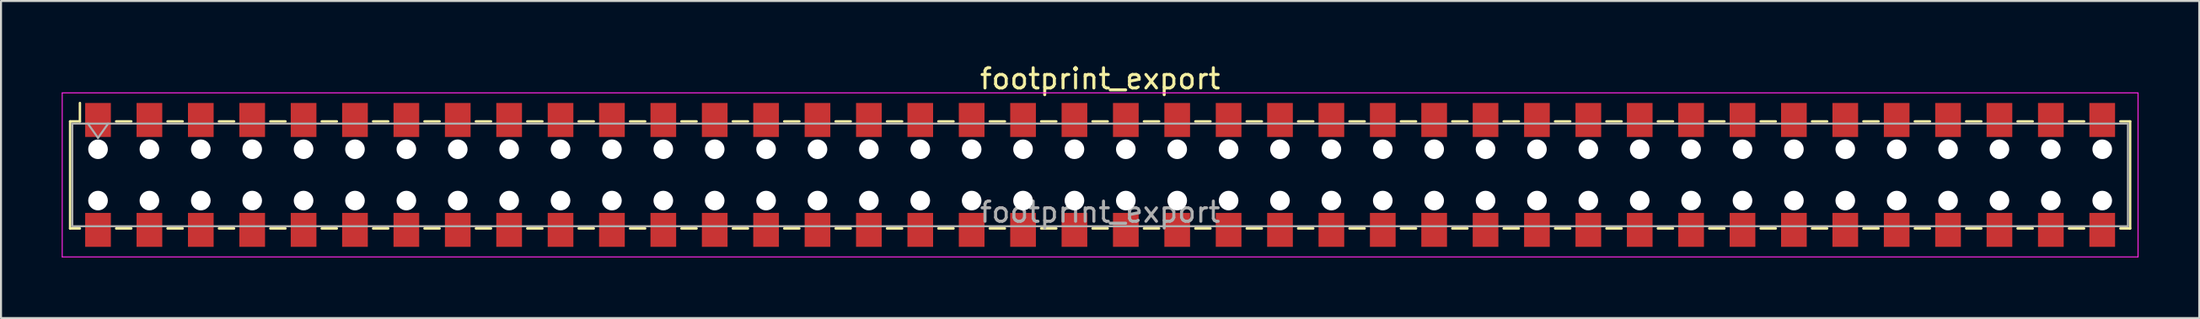
<source format=kicad_pcb>
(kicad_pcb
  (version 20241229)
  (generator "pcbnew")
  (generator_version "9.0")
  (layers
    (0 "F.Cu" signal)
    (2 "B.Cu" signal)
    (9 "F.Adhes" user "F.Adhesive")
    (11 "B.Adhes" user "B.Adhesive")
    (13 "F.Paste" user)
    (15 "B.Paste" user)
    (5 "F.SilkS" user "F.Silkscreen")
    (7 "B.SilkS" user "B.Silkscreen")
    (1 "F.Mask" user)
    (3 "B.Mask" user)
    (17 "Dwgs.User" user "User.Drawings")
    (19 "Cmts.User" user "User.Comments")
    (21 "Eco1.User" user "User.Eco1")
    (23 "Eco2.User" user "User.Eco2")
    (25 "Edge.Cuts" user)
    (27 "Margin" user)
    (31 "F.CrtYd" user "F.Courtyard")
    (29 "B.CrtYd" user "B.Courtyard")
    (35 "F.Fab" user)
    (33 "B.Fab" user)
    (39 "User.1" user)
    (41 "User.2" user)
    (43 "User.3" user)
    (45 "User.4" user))
  (footprint "footprint_export"
    (layer "F.Cu")
    (at 51.325 5.608)
    (property "Reference" "footprint_export" (at 0 -4.76 0) (layer "F.SilkS") (effects (font (size 1 1) (thickness 0.15))))
    (attr smd)
    (fp_line (start -50.91 -2.65) (end -50.91 2.65) (stroke (width 0.12) (type solid)) (layer "F.SilkS"))
    (fp_line (start -50.91 2.65) (end -50.425 2.65) (stroke (width 0.12) (type solid)) (layer "F.SilkS"))
    (fp_line (start -50.425 -3.56) (end -50.425 -2.65) (stroke (width 0.12) (type solid)) (layer "F.SilkS"))
    (fp_line (start -50.425 -2.65) (end -50.91 -2.65) (stroke (width 0.12) (type solid)) (layer "F.SilkS"))
    (fp_line (start -48.635 -2.65) (end -47.885 -2.65) (stroke (width 0.12) (type solid)) (layer "F.SilkS"))
    (fp_line (start -48.635 2.65) (end -47.885 2.65) (stroke (width 0.12) (type solid)) (layer "F.SilkS"))
    (fp_line (start -46.095 -2.65) (end -45.345 -2.65) (stroke (width 0.12) (type solid)) (layer "F.SilkS"))
    (fp_line (start -46.095 2.65) (end -45.345 2.65) (stroke (width 0.12) (type solid)) (layer "F.SilkS"))
    (fp_line (start -43.555 -2.65) (end -42.805 -2.65) (stroke (width 0.12) (type solid)) (layer "F.SilkS"))
    (fp_line (start -43.555 2.65) (end -42.805 2.65) (stroke (width 0.12) (type solid)) (layer "F.SilkS"))
    (fp_line (start -41.015 -2.65) (end -40.265 -2.65) (stroke (width 0.12) (type solid)) (layer "F.SilkS"))
    (fp_line (start -41.015 2.65) (end -40.265 2.65) (stroke (width 0.12) (type solid)) (layer "F.SilkS"))
    (fp_line (start -38.475 -2.65) (end -37.725 -2.65) (stroke (width 0.12) (type solid)) (layer "F.SilkS"))
    (fp_line (start -38.475 2.65) (end -37.725 2.65) (stroke (width 0.12) (type solid)) (layer "F.SilkS"))
    (fp_line (start -35.935 -2.65) (end -35.185 -2.65) (stroke (width 0.12) (type solid)) (layer "F.SilkS"))
    (fp_line (start -35.935 2.65) (end -35.185 2.65) (stroke (width 0.12) (type solid)) (layer "F.SilkS"))
    (fp_line (start -33.395 -2.65) (end -32.645 -2.65) (stroke (width 0.12) (type solid)) (layer "F.SilkS"))
    (fp_line (start -33.395 2.65) (end -32.645 2.65) (stroke (width 0.12) (type solid)) (layer "F.SilkS"))
    (fp_line (start -30.855 -2.65) (end -30.105 -2.65) (stroke (width 0.12) (type solid)) (layer "F.SilkS"))
    (fp_line (start -30.855 2.65) (end -30.105 2.65) (stroke (width 0.12) (type solid)) (layer "F.SilkS"))
    (fp_line (start -28.315 -2.65) (end -27.565 -2.65) (stroke (width 0.12) (type solid)) (layer "F.SilkS"))
    (fp_line (start -28.315 2.65) (end -27.565 2.65) (stroke (width 0.12) (type solid)) (layer "F.SilkS"))
    (fp_line (start -25.775 -2.65) (end -25.025 -2.65) (stroke (width 0.12) (type solid)) (layer "F.SilkS"))
    (fp_line (start -25.775 2.65) (end -25.025 2.65) (stroke (width 0.12) (type solid)) (layer "F.SilkS"))
    (fp_line (start -23.235 -2.65) (end -22.485 -2.65) (stroke (width 0.12) (type solid)) (layer "F.SilkS"))
    (fp_line (start -23.235 2.65) (end -22.485 2.65) (stroke (width 0.12) (type solid)) (layer "F.SilkS"))
    (fp_line (start -20.695 -2.65) (end -19.945 -2.65) (stroke (width 0.12) (type solid)) (layer "F.SilkS"))
    (fp_line (start -20.695 2.65) (end -19.945 2.65) (stroke (width 0.12) (type solid)) (layer "F.SilkS"))
    (fp_line (start -18.155 -2.65) (end -17.405 -2.65) (stroke (width 0.12) (type solid)) (layer "F.SilkS"))
    (fp_line (start -18.155 2.65) (end -17.405 2.65) (stroke (width 0.12) (type solid)) (layer "F.SilkS"))
    (fp_line (start -15.615 -2.65) (end -14.865 -2.65) (stroke (width 0.12) (type solid)) (layer "F.SilkS"))
    (fp_line (start -15.615 2.65) (end -14.865 2.65) (stroke (width 0.12) (type solid)) (layer "F.SilkS"))
    (fp_line (start -13.075 -2.65) (end -12.325 -2.65) (stroke (width 0.12) (type solid)) (layer "F.SilkS"))
    (fp_line (start -13.075 2.65) (end -12.325 2.65) (stroke (width 0.12) (type solid)) (layer "F.SilkS"))
    (fp_line (start -10.535 -2.65) (end -9.785 -2.65) (stroke (width 0.12) (type solid)) (layer "F.SilkS"))
    (fp_line (start -10.535 2.65) (end -9.785 2.65) (stroke (width 0.12) (type solid)) (layer "F.SilkS"))
    (fp_line (start -7.995 -2.65) (end -7.245 -2.65) (stroke (width 0.12) (type solid)) (layer "F.SilkS"))
    (fp_line (start -7.995 2.65) (end -7.245 2.65) (stroke (width 0.12) (type solid)) (layer "F.SilkS"))
    (fp_line (start -5.455 -2.65) (end -4.705 -2.65) (stroke (width 0.12) (type solid)) (layer "F.SilkS"))
    (fp_line (start -5.455 2.65) (end -4.705 2.65) (stroke (width 0.12) (type solid)) (layer "F.SilkS"))
    (fp_line (start -2.915 -2.65) (end -2.165 -2.65) (stroke (width 0.12) (type solid)) (layer "F.SilkS"))
    (fp_line (start -2.915 2.65) (end -2.165 2.65) (stroke (width 0.12) (type solid)) (layer "F.SilkS"))
    (fp_line (start -0.375 -2.65) (end 0.375 -2.65) (stroke (width 0.12) (type solid)) (layer "F.SilkS"))
    (fp_line (start -0.375 2.65) (end 0.375 2.65) (stroke (width 0.12) (type solid)) (layer "F.SilkS"))
    (fp_line (start 2.165 -2.65) (end 2.915 -2.65) (stroke (width 0.12) (type solid)) (layer "F.SilkS"))
    (fp_line (start 2.165 2.65) (end 2.915 2.65) (stroke (width 0.12) (type solid)) (layer "F.SilkS"))
    (fp_line (start 4.705 -2.65) (end 5.455 -2.65) (stroke (width 0.12) (type solid)) (layer "F.SilkS"))
    (fp_line (start 4.705 2.65) (end 5.455 2.65) (stroke (width 0.12) (type solid)) (layer "F.SilkS"))
    (fp_line (start 7.245 -2.65) (end 7.995 -2.65) (stroke (width 0.12) (type solid)) (layer "F.SilkS"))
    (fp_line (start 7.245 2.65) (end 7.995 2.65) (stroke (width 0.12) (type solid)) (layer "F.SilkS"))
    (fp_line (start 9.785 -2.65) (end 10.535 -2.65) (stroke (width 0.12) (type solid)) (layer "F.SilkS"))
    (fp_line (start 9.785 2.65) (end 10.535 2.65) (stroke (width 0.12) (type solid)) (layer "F.SilkS"))
    (fp_line (start 12.325 -2.65) (end 13.075 -2.65) (stroke (width 0.12) (type solid)) (layer "F.SilkS"))
    (fp_line (start 12.325 2.65) (end 13.075 2.65) (stroke (width 0.12) (type solid)) (layer "F.SilkS"))
    (fp_line (start 14.865 -2.65) (end 15.615 -2.65) (stroke (width 0.12) (type solid)) (layer "F.SilkS"))
    (fp_line (start 14.865 2.65) (end 15.615 2.65) (stroke (width 0.12) (type solid)) (layer "F.SilkS"))
    (fp_line (start 17.405 -2.65) (end 18.155 -2.65) (stroke (width 0.12) (type solid)) (layer "F.SilkS"))
    (fp_line (start 17.405 2.65) (end 18.155 2.65) (stroke (width 0.12) (type solid)) (layer "F.SilkS"))
    (fp_line (start 19.945 -2.65) (end 20.695 -2.65) (stroke (width 0.12) (type solid)) (layer "F.SilkS"))
    (fp_line (start 19.945 2.65) (end 20.695 2.65) (stroke (width 0.12) (type solid)) (layer "F.SilkS"))
    (fp_line (start 22.485 -2.65) (end 23.235 -2.65) (stroke (width 0.12) (type solid)) (layer "F.SilkS"))
    (fp_line (start 22.485 2.65) (end 23.235 2.65) (stroke (width 0.12) (type solid)) (layer "F.SilkS"))
    (fp_line (start 25.025 -2.65) (end 25.775 -2.65) (stroke (width 0.12) (type solid)) (layer "F.SilkS"))
    (fp_line (start 25.025 2.65) (end 25.775 2.65) (stroke (width 0.12) (type solid)) (layer "F.SilkS"))
    (fp_line (start 27.565 -2.65) (end 28.315 -2.65) (stroke (width 0.12) (type solid)) (layer "F.SilkS"))
    (fp_line (start 27.565 2.65) (end 28.315 2.65) (stroke (width 0.12) (type solid)) (layer "F.SilkS"))
    (fp_line (start 30.105 -2.65) (end 30.855 -2.65) (stroke (width 0.12) (type solid)) (layer "F.SilkS"))
    (fp_line (start 30.105 2.65) (end 30.855 2.65) (stroke (width 0.12) (type solid)) (layer "F.SilkS"))
    (fp_line (start 32.645 -2.65) (end 33.395 -2.65) (stroke (width 0.12) (type solid)) (layer "F.SilkS"))
    (fp_line (start 32.645 2.65) (end 33.395 2.65) (stroke (width 0.12) (type solid)) (layer "F.SilkS"))
    (fp_line (start 35.185 -2.65) (end 35.935 -2.65) (stroke (width 0.12) (type solid)) (layer "F.SilkS"))
    (fp_line (start 35.185 2.65) (end 35.935 2.65) (stroke (width 0.12) (type solid)) (layer "F.SilkS"))
    (fp_line (start 37.725 -2.65) (end 38.475 -2.65) (stroke (width 0.12) (type solid)) (layer "F.SilkS"))
    (fp_line (start 37.725 2.65) (end 38.475 2.65) (stroke (width 0.12) (type solid)) (layer "F.SilkS"))
    (fp_line (start 40.265 -2.65) (end 41.015 -2.65) (stroke (width 0.12) (type solid)) (layer "F.SilkS"))
    (fp_line (start 40.265 2.65) (end 41.015 2.65) (stroke (width 0.12) (type solid)) (layer "F.SilkS"))
    (fp_line (start 42.805 -2.65) (end 43.555 -2.65) (stroke (width 0.12) (type solid)) (layer "F.SilkS"))
    (fp_line (start 42.805 2.65) (end 43.555 2.65) (stroke (width 0.12) (type solid)) (layer "F.SilkS"))
    (fp_line (start 45.345 -2.65) (end 46.095 -2.65) (stroke (width 0.12) (type solid)) (layer "F.SilkS"))
    (fp_line (start 45.345 2.65) (end 46.095 2.65) (stroke (width 0.12) (type solid)) (layer "F.SilkS"))
    (fp_line (start 47.885 -2.65) (end 48.635 -2.65) (stroke (width 0.12) (type solid)) (layer "F.SilkS"))
    (fp_line (start 47.885 2.65) (end 48.635 2.65) (stroke (width 0.12) (type solid)) (layer "F.SilkS"))
    (fp_line (start 50.425 -2.65) (end 50.91 -2.65) (stroke (width 0.12) (type solid)) (layer "F.SilkS"))
    (fp_line (start 50.91 -2.65) (end 50.91 2.65) (stroke (width 0.12) (type solid)) (layer "F.SilkS"))
    (fp_line (start 50.91 2.65) (end 50.425 2.65) (stroke (width 0.12) (type solid)) (layer "F.SilkS"))
    (fp_line (start -51.3 -4.06) (end 51.3 -4.06) (stroke (width 0.05) (type solid)) (layer "F.CrtYd"))
    (fp_line (start -51.3 4.06) (end -51.3 -4.06) (stroke (width 0.05) (type solid)) (layer "F.CrtYd"))
    (fp_line (start 51.3 -4.06) (end 51.3 4.06) (stroke (width 0.05) (type solid)) (layer "F.CrtYd"))
    (fp_line (start 51.3 4.06) (end -51.3 4.06) (stroke (width 0.05) (type solid)) (layer "F.CrtYd"))
    (fp_line (start -50.8 -2.54) (end 50.8 -2.54) (stroke (width 0.1) (type solid)) (layer "F.Fab"))
    (fp_line (start -50.8 2.54) (end -50.8 -2.54) (stroke (width 0.1) (type solid)) (layer "F.Fab"))
    (fp_line (start -50.03 -2.54) (end -49.53 -1.833) (stroke (width 0.1) (type solid)) (layer "F.Fab"))
    (fp_line (start -49.53 -1.833) (end -49.03 -2.54) (stroke (width 0.1) (type solid)) (layer "F.Fab"))
    (fp_line (start 50.8 -2.54) (end 50.8 2.54) (stroke (width 0.1) (type solid)) (layer "F.Fab"))
    (fp_line (start 50.8 2.54) (end -50.8 2.54) (stroke (width 0.1) (type solid)) (layer "F.Fab"))
    (fp_text user "${REFERENCE}" (at 0 1.84 0) (layer "F.Fab") (effects (font (size 1 1) (thickness 0.15))))
    (pad "" np_thru_hole circle (at -49.53 -1.27) (size 0.97 0.97) (drill 0.97) (layers "*.Cu" "*.Mask"))
    (pad "" np_thru_hole circle (at -49.53 1.27) (size 0.97 0.97) (drill 0.97) (layers "*.Cu" "*.Mask"))
    (pad "" np_thru_hole circle (at -46.99 -1.27) (size 0.97 0.97) (drill 0.97) (layers "*.Cu" "*.Mask"))
    (pad "" np_thru_hole circle (at -46.99 1.27) (size 0.97 0.97) (drill 0.97) (layers "*.Cu" "*.Mask"))
    (pad "" np_thru_hole circle (at -44.45 -1.27) (size 0.97 0.97) (drill 0.97) (layers "*.Cu" "*.Mask"))
    (pad "" np_thru_hole circle (at -44.45 1.27) (size 0.97 0.97) (drill 0.97) (layers "*.Cu" "*.Mask"))
    (pad "" np_thru_hole circle (at -41.91 -1.27) (size 0.97 0.97) (drill 0.97) (layers "*.Cu" "*.Mask"))
    (pad "" np_thru_hole circle (at -41.91 1.27) (size 0.97 0.97) (drill 0.97) (layers "*.Cu" "*.Mask"))
    (pad "" np_thru_hole circle (at -39.37 -1.27) (size 0.97 0.97) (drill 0.97) (layers "*.Cu" "*.Mask"))
    (pad "" np_thru_hole circle (at -39.37 1.27) (size 0.97 0.97) (drill 0.97) (layers "*.Cu" "*.Mask"))
    (pad "" np_thru_hole circle (at -36.83 -1.27) (size 0.97 0.97) (drill 0.97) (layers "*.Cu" "*.Mask"))
    (pad "" np_thru_hole circle (at -36.83 1.27) (size 0.97 0.97) (drill 0.97) (layers "*.Cu" "*.Mask"))
    (pad "" np_thru_hole circle (at -34.29 -1.27) (size 0.97 0.97) (drill 0.97) (layers "*.Cu" "*.Mask"))
    (pad "" np_thru_hole circle (at -34.29 1.27) (size 0.97 0.97) (drill 0.97) (layers "*.Cu" "*.Mask"))
    (pad "" np_thru_hole circle (at -31.75 -1.27) (size 0.97 0.97) (drill 0.97) (layers "*.Cu" "*.Mask"))
    (pad "" np_thru_hole circle (at -31.75 1.27) (size 0.97 0.97) (drill 0.97) (layers "*.Cu" "*.Mask"))
    (pad "" np_thru_hole circle (at -29.21 -1.27) (size 0.97 0.97) (drill 0.97) (layers "*.Cu" "*.Mask"))
    (pad "" np_thru_hole circle (at -29.21 1.27) (size 0.97 0.97) (drill 0.97) (layers "*.Cu" "*.Mask"))
    (pad "" np_thru_hole circle (at -26.67 -1.27) (size 0.97 0.97) (drill 0.97) (layers "*.Cu" "*.Mask"))
    (pad "" np_thru_hole circle (at -26.67 1.27) (size 0.97 0.97) (drill 0.97) (layers "*.Cu" "*.Mask"))
    (pad "" np_thru_hole circle (at -24.13 -1.27) (size 0.97 0.97) (drill 0.97) (layers "*.Cu" "*.Mask"))
    (pad "" np_thru_hole circle (at -24.13 1.27) (size 0.97 0.97) (drill 0.97) (layers "*.Cu" "*.Mask"))
    (pad "" np_thru_hole circle (at -21.59 -1.27) (size 0.97 0.97) (drill 0.97) (layers "*.Cu" "*.Mask"))
    (pad "" np_thru_hole circle (at -21.59 1.27) (size 0.97 0.97) (drill 0.97) (layers "*.Cu" "*.Mask"))
    (pad "" np_thru_hole circle (at -19.05 -1.27) (size 0.97 0.97) (drill 0.97) (layers "*.Cu" "*.Mask"))
    (pad "" np_thru_hole circle (at -19.05 1.27) (size 0.97 0.97) (drill 0.97) (layers "*.Cu" "*.Mask"))
    (pad "" np_thru_hole circle (at -16.51 -1.27) (size 0.97 0.97) (drill 0.97) (layers "*.Cu" "*.Mask"))
    (pad "" np_thru_hole circle (at -16.51 1.27) (size 0.97 0.97) (drill 0.97) (layers "*.Cu" "*.Mask"))
    (pad "" np_thru_hole circle (at -13.97 -1.27) (size 0.97 0.97) (drill 0.97) (layers "*.Cu" "*.Mask"))
    (pad "" np_thru_hole circle (at -13.97 1.27) (size 0.97 0.97) (drill 0.97) (layers "*.Cu" "*.Mask"))
    (pad "" np_thru_hole circle (at -11.43 -1.27) (size 0.97 0.97) (drill 0.97) (layers "*.Cu" "*.Mask"))
    (pad "" np_thru_hole circle (at -11.43 1.27) (size 0.97 0.97) (drill 0.97) (layers "*.Cu" "*.Mask"))
    (pad "" np_thru_hole circle (at -8.89 -1.27) (size 0.97 0.97) (drill 0.97) (layers "*.Cu" "*.Mask"))
    (pad "" np_thru_hole circle (at -8.89 1.27) (size 0.97 0.97) (drill 0.97) (layers "*.Cu" "*.Mask"))
    (pad "" np_thru_hole circle (at -6.35 -1.27) (size 0.97 0.97) (drill 0.97) (layers "*.Cu" "*.Mask"))
    (pad "" np_thru_hole circle (at -6.35 1.27) (size 0.97 0.97) (drill 0.97) (layers "*.Cu" "*.Mask"))
    (pad "" np_thru_hole circle (at -3.81 -1.27) (size 0.97 0.97) (drill 0.97) (layers "*.Cu" "*.Mask"))
    (pad "" np_thru_hole circle (at -3.81 1.27) (size 0.97 0.97) (drill 0.97) (layers "*.Cu" "*.Mask"))
    (pad "" np_thru_hole circle (at -1.27 -1.27) (size 0.97 0.97) (drill 0.97) (layers "*.Cu" "*.Mask"))
    (pad "" np_thru_hole circle (at -1.27 1.27) (size 0.97 0.97) (drill 0.97) (layers "*.Cu" "*.Mask"))
    (pad "" np_thru_hole circle (at 1.27 -1.27) (size 0.97 0.97) (drill 0.97) (layers "*.Cu" "*.Mask"))
    (pad "" np_thru_hole circle (at 1.27 1.27) (size 0.97 0.97) (drill 0.97) (layers "*.Cu" "*.Mask"))
    (pad "" np_thru_hole circle (at 3.81 -1.27) (size 0.97 0.97) (drill 0.97) (layers "*.Cu" "*.Mask"))
    (pad "" np_thru_hole circle (at 3.81 1.27) (size 0.97 0.97) (drill 0.97) (layers "*.Cu" "*.Mask"))
    (pad "" np_thru_hole circle (at 6.35 -1.27) (size 0.97 0.97) (drill 0.97) (layers "*.Cu" "*.Mask"))
    (pad "" np_thru_hole circle (at 6.35 1.27) (size 0.97 0.97) (drill 0.97) (layers "*.Cu" "*.Mask"))
    (pad "" np_thru_hole circle (at 8.89 -1.27) (size 0.97 0.97) (drill 0.97) (layers "*.Cu" "*.Mask"))
    (pad "" np_thru_hole circle (at 8.89 1.27) (size 0.97 0.97) (drill 0.97) (layers "*.Cu" "*.Mask"))
    (pad "" np_thru_hole circle (at 11.43 -1.27) (size 0.97 0.97) (drill 0.97) (layers "*.Cu" "*.Mask"))
    (pad "" np_thru_hole circle (at 11.43 1.27) (size 0.97 0.97) (drill 0.97) (layers "*.Cu" "*.Mask"))
    (pad "" np_thru_hole circle (at 13.97 -1.27) (size 0.97 0.97) (drill 0.97) (layers "*.Cu" "*.Mask"))
    (pad "" np_thru_hole circle (at 13.97 1.27) (size 0.97 0.97) (drill 0.97) (layers "*.Cu" "*.Mask"))
    (pad "" np_thru_hole circle (at 16.51 -1.27) (size 0.97 0.97) (drill 0.97) (layers "*.Cu" "*.Mask"))
    (pad "" np_thru_hole circle (at 16.51 1.27) (size 0.97 0.97) (drill 0.97) (layers "*.Cu" "*.Mask"))
    (pad "" np_thru_hole circle (at 19.05 -1.27) (size 0.97 0.97) (drill 0.97) (layers "*.Cu" "*.Mask"))
    (pad "" np_thru_hole circle (at 19.05 1.27) (size 0.97 0.97) (drill 0.97) (layers "*.Cu" "*.Mask"))
    (pad "" np_thru_hole circle (at 21.59 -1.27) (size 0.97 0.97) (drill 0.97) (layers "*.Cu" "*.Mask"))
    (pad "" np_thru_hole circle (at 21.59 1.27) (size 0.97 0.97) (drill 0.97) (layers "*.Cu" "*.Mask"))
    (pad "" np_thru_hole circle (at 24.13 -1.27) (size 0.97 0.97) (drill 0.97) (layers "*.Cu" "*.Mask"))
    (pad "" np_thru_hole circle (at 24.13 1.27) (size 0.97 0.97) (drill 0.97) (layers "*.Cu" "*.Mask"))
    (pad "" np_thru_hole circle (at 26.67 -1.27) (size 0.97 0.97) (drill 0.97) (layers "*.Cu" "*.Mask"))
    (pad "" np_thru_hole circle (at 26.67 1.27) (size 0.97 0.97) (drill 0.97) (layers "*.Cu" "*.Mask"))
    (pad "" np_thru_hole circle (at 29.21 -1.27) (size 0.97 0.97) (drill 0.97) (layers "*.Cu" "*.Mask"))
    (pad "" np_thru_hole circle (at 29.21 1.27) (size 0.97 0.97) (drill 0.97) (layers "*.Cu" "*.Mask"))
    (pad "" np_thru_hole circle (at 31.75 -1.27) (size 0.97 0.97) (drill 0.97) (layers "*.Cu" "*.Mask"))
    (pad "" np_thru_hole circle (at 31.75 1.27) (size 0.97 0.97) (drill 0.97) (layers "*.Cu" "*.Mask"))
    (pad "" np_thru_hole circle (at 34.29 -1.27) (size 0.97 0.97) (drill 0.97) (layers "*.Cu" "*.Mask"))
    (pad "" np_thru_hole circle (at 34.29 1.27) (size 0.97 0.97) (drill 0.97) (layers "*.Cu" "*.Mask"))
    (pad "" np_thru_hole circle (at 36.83 -1.27) (size 0.97 0.97) (drill 0.97) (layers "*.Cu" "*.Mask"))
    (pad "" np_thru_hole circle (at 36.83 1.27) (size 0.97 0.97) (drill 0.97) (layers "*.Cu" "*.Mask"))
    (pad "" np_thru_hole circle (at 39.37 -1.27) (size 0.97 0.97) (drill 0.97) (layers "*.Cu" "*.Mask"))
    (pad "" np_thru_hole circle (at 39.37 1.27) (size 0.97 0.97) (drill 0.97) (layers "*.Cu" "*.Mask"))
    (pad "" np_thru_hole circle (at 41.91 -1.27) (size 0.97 0.97) (drill 0.97) (layers "*.Cu" "*.Mask"))
    (pad "" np_thru_hole circle (at 41.91 1.27) (size 0.97 0.97) (drill 0.97) (layers "*.Cu" "*.Mask"))
    (pad "" np_thru_hole circle (at 44.45 -1.27) (size 0.97 0.97) (drill 0.97) (layers "*.Cu" "*.Mask"))
    (pad "" np_thru_hole circle (at 44.45 1.27) (size 0.97 0.97) (drill 0.97) (layers "*.Cu" "*.Mask"))
    (pad "" np_thru_hole circle (at 46.99 -1.27) (size 0.97 0.97) (drill 0.97) (layers "*.Cu" "*.Mask"))
    (pad "" np_thru_hole circle (at 46.99 1.27) (size 0.97 0.97) (drill 0.97) (layers "*.Cu" "*.Mask"))
    (pad "" np_thru_hole circle (at 49.53 -1.27) (size 0.97 0.97) (drill 0.97) (layers "*.Cu" "*.Mask"))
    (pad "" np_thru_hole circle (at 49.53 1.27) (size 0.97 0.97) (drill 0.97) (layers "*.Cu" "*.Mask"))
    (pad "1" smd rect (at -49.53 -2.72) (size 1.27 1.68) (layers "F.Cu" "F.Mask" "F.Paste"))
    (pad "2" smd rect (at -49.53 2.72) (size 1.27 1.68) (layers "F.Cu" "F.Mask" "F.Paste"))
    (pad "3" smd rect (at -46.99 -2.72) (size 1.27 1.68) (layers "F.Cu" "F.Mask" "F.Paste"))
    (pad "4" smd rect (at -46.99 2.72) (size 1.27 1.68) (layers "F.Cu" "F.Mask" "F.Paste"))
    (pad "5" smd rect (at -44.45 -2.72) (size 1.27 1.68) (layers "F.Cu" "F.Mask" "F.Paste"))
    (pad "6" smd rect (at -44.45 2.72) (size 1.27 1.68) (layers "F.Cu" "F.Mask" "F.Paste"))
    (pad "7" smd rect (at -41.91 -2.72) (size 1.27 1.68) (layers "F.Cu" "F.Mask" "F.Paste"))
    (pad "8" smd rect (at -41.91 2.72) (size 1.27 1.68) (layers "F.Cu" "F.Mask" "F.Paste"))
    (pad "9" smd rect (at -39.37 -2.72) (size 1.27 1.68) (layers "F.Cu" "F.Mask" "F.Paste"))
    (pad "10" smd rect (at -39.37 2.72) (size 1.27 1.68) (layers "F.Cu" "F.Mask" "F.Paste"))
    (pad "11" smd rect (at -36.83 -2.72) (size 1.27 1.68) (layers "F.Cu" "F.Mask" "F.Paste"))
    (pad "12" smd rect (at -36.83 2.72) (size 1.27 1.68) (layers "F.Cu" "F.Mask" "F.Paste"))
    (pad "13" smd rect (at -34.29 -2.72) (size 1.27 1.68) (layers "F.Cu" "F.Mask" "F.Paste"))
    (pad "14" smd rect (at -34.29 2.72) (size 1.27 1.68) (layers "F.Cu" "F.Mask" "F.Paste"))
    (pad "15" smd rect (at -31.75 -2.72) (size 1.27 1.68) (layers "F.Cu" "F.Mask" "F.Paste"))
    (pad "16" smd rect (at -31.75 2.72) (size 1.27 1.68) (layers "F.Cu" "F.Mask" "F.Paste"))
    (pad "17" smd rect (at -29.21 -2.72) (size 1.27 1.68) (layers "F.Cu" "F.Mask" "F.Paste"))
    (pad "18" smd rect (at -29.21 2.72) (size 1.27 1.68) (layers "F.Cu" "F.Mask" "F.Paste"))
    (pad "19" smd rect (at -26.67 -2.72) (size 1.27 1.68) (layers "F.Cu" "F.Mask" "F.Paste"))
    (pad "20" smd rect (at -26.67 2.72) (size 1.27 1.68) (layers "F.Cu" "F.Mask" "F.Paste"))
    (pad "21" smd rect (at -24.13 -2.72) (size 1.27 1.68) (layers "F.Cu" "F.Mask" "F.Paste"))
    (pad "22" smd rect (at -24.13 2.72) (size 1.27 1.68) (layers "F.Cu" "F.Mask" "F.Paste"))
    (pad "23" smd rect (at -21.59 -2.72) (size 1.27 1.68) (layers "F.Cu" "F.Mask" "F.Paste"))
    (pad "24" smd rect (at -21.59 2.72) (size 1.27 1.68) (layers "F.Cu" "F.Mask" "F.Paste"))
    (pad "25" smd rect (at -19.05 -2.72) (size 1.27 1.68) (layers "F.Cu" "F.Mask" "F.Paste"))
    (pad "26" smd rect (at -19.05 2.72) (size 1.27 1.68) (layers "F.Cu" "F.Mask" "F.Paste"))
    (pad "27" smd rect (at -16.51 -2.72) (size 1.27 1.68) (layers "F.Cu" "F.Mask" "F.Paste"))
    (pad "28" smd rect (at -16.51 2.72) (size 1.27 1.68) (layers "F.Cu" "F.Mask" "F.Paste"))
    (pad "29" smd rect (at -13.97 -2.72) (size 1.27 1.68) (layers "F.Cu" "F.Mask" "F.Paste"))
    (pad "30" smd rect (at -13.97 2.72) (size 1.27 1.68) (layers "F.Cu" "F.Mask" "F.Paste"))
    (pad "31" smd rect (at -11.43 -2.72) (size 1.27 1.68) (layers "F.Cu" "F.Mask" "F.Paste"))
    (pad "32" smd rect (at -11.43 2.72) (size 1.27 1.68) (layers "F.Cu" "F.Mask" "F.Paste"))
    (pad "33" smd rect (at -8.89 -2.72) (size 1.27 1.68) (layers "F.Cu" "F.Mask" "F.Paste"))
    (pad "34" smd rect (at -8.89 2.72) (size 1.27 1.68) (layers "F.Cu" "F.Mask" "F.Paste"))
    (pad "35" smd rect (at -6.35 -2.72) (size 1.27 1.68) (layers "F.Cu" "F.Mask" "F.Paste"))
    (pad "36" smd rect (at -6.35 2.72) (size 1.27 1.68) (layers "F.Cu" "F.Mask" "F.Paste"))
    (pad "37" smd rect (at -3.81 -2.72) (size 1.27 1.68) (layers "F.Cu" "F.Mask" "F.Paste"))
    (pad "38" smd rect (at -3.81 2.72) (size 1.27 1.68) (layers "F.Cu" "F.Mask" "F.Paste"))
    (pad "39" smd rect (at -1.27 -2.72) (size 1.27 1.68) (layers "F.Cu" "F.Mask" "F.Paste"))
    (pad "40" smd rect (at -1.27 2.72) (size 1.27 1.68) (layers "F.Cu" "F.Mask" "F.Paste"))
    (pad "41" smd rect (at 1.27 -2.72) (size 1.27 1.68) (layers "F.Cu" "F.Mask" "F.Paste"))
    (pad "42" smd rect (at 1.27 2.72) (size 1.27 1.68) (layers "F.Cu" "F.Mask" "F.Paste"))
    (pad "43" smd rect (at 3.81 -2.72) (size 1.27 1.68) (layers "F.Cu" "F.Mask" "F.Paste"))
    (pad "44" smd rect (at 3.81 2.72) (size 1.27 1.68) (layers "F.Cu" "F.Mask" "F.Paste"))
    (pad "45" smd rect (at 6.35 -2.72) (size 1.27 1.68) (layers "F.Cu" "F.Mask" "F.Paste"))
    (pad "46" smd rect (at 6.35 2.72) (size 1.27 1.68) (layers "F.Cu" "F.Mask" "F.Paste"))
    (pad "47" smd rect (at 8.89 -2.72) (size 1.27 1.68) (layers "F.Cu" "F.Mask" "F.Paste"))
    (pad "48" smd rect (at 8.89 2.72) (size 1.27 1.68) (layers "F.Cu" "F.Mask" "F.Paste"))
    (pad "49" smd rect (at 11.43 -2.72) (size 1.27 1.68) (layers "F.Cu" "F.Mask" "F.Paste"))
    (pad "50" smd rect (at 11.43 2.72) (size 1.27 1.68) (layers "F.Cu" "F.Mask" "F.Paste"))
    (pad "51" smd rect (at 13.97 -2.72) (size 1.27 1.68) (layers "F.Cu" "F.Mask" "F.Paste"))
    (pad "52" smd rect (at 13.97 2.72) (size 1.27 1.68) (layers "F.Cu" "F.Mask" "F.Paste"))
    (pad "53" smd rect (at 16.51 -2.72) (size 1.27 1.68) (layers "F.Cu" "F.Mask" "F.Paste"))
    (pad "54" smd rect (at 16.51 2.72) (size 1.27 1.68) (layers "F.Cu" "F.Mask" "F.Paste"))
    (pad "55" smd rect (at 19.05 -2.72) (size 1.27 1.68) (layers "F.Cu" "F.Mask" "F.Paste"))
    (pad "56" smd rect (at 19.05 2.72) (size 1.27 1.68) (layers "F.Cu" "F.Mask" "F.Paste"))
    (pad "57" smd rect (at 21.59 -2.72) (size 1.27 1.68) (layers "F.Cu" "F.Mask" "F.Paste"))
    (pad "58" smd rect (at 21.59 2.72) (size 1.27 1.68) (layers "F.Cu" "F.Mask" "F.Paste"))
    (pad "59" smd rect (at 24.13 -2.72) (size 1.27 1.68) (layers "F.Cu" "F.Mask" "F.Paste"))
    (pad "60" smd rect (at 24.13 2.72) (size 1.27 1.68) (layers "F.Cu" "F.Mask" "F.Paste"))
    (pad "61" smd rect (at 26.67 -2.72) (size 1.27 1.68) (layers "F.Cu" "F.Mask" "F.Paste"))
    (pad "62" smd rect (at 26.67 2.72) (size 1.27 1.68) (layers "F.Cu" "F.Mask" "F.Paste"))
    (pad "63" smd rect (at 29.21 -2.72) (size 1.27 1.68) (layers "F.Cu" "F.Mask" "F.Paste"))
    (pad "64" smd rect (at 29.21 2.72) (size 1.27 1.68) (layers "F.Cu" "F.Mask" "F.Paste"))
    (pad "65" smd rect (at 31.75 -2.72) (size 1.27 1.68) (layers "F.Cu" "F.Mask" "F.Paste"))
    (pad "66" smd rect (at 31.75 2.72) (size 1.27 1.68) (layers "F.Cu" "F.Mask" "F.Paste"))
    (pad "67" smd rect (at 34.29 -2.72) (size 1.27 1.68) (layers "F.Cu" "F.Mask" "F.Paste"))
    (pad "68" smd rect (at 34.29 2.72) (size 1.27 1.68) (layers "F.Cu" "F.Mask" "F.Paste"))
    (pad "69" smd rect (at 36.83 -2.72) (size 1.27 1.68) (layers "F.Cu" "F.Mask" "F.Paste"))
    (pad "70" smd rect (at 36.83 2.72) (size 1.27 1.68) (layers "F.Cu" "F.Mask" "F.Paste"))
    (pad "71" smd rect (at 39.37 -2.72) (size 1.27 1.68) (layers "F.Cu" "F.Mask" "F.Paste"))
    (pad "72" smd rect (at 39.37 2.72) (size 1.27 1.68) (layers "F.Cu" "F.Mask" "F.Paste"))
    (pad "73" smd rect (at 41.91 -2.72) (size 1.27 1.68) (layers "F.Cu" "F.Mask" "F.Paste"))
    (pad "74" smd rect (at 41.91 2.72) (size 1.27 1.68) (layers "F.Cu" "F.Mask" "F.Paste"))
    (pad "75" smd rect (at 44.45 -2.72) (size 1.27 1.68) (layers "F.Cu" "F.Mask" "F.Paste"))
    (pad "76" smd rect (at 44.45 2.72) (size 1.27 1.68) (layers "F.Cu" "F.Mask" "F.Paste"))
    (pad "77" smd rect (at 46.99 -2.72) (size 1.27 1.68) (layers "F.Cu" "F.Mask" "F.Paste"))
    (pad "78" smd rect (at 46.99 2.72) (size 1.27 1.68) (layers "F.Cu" "F.Mask" "F.Paste"))
    (pad "79" smd rect (at 49.53 -2.72) (size 1.27 1.68) (layers "F.Cu" "F.Mask" "F.Paste"))
    (pad "80" smd rect (at 49.53 2.72) (size 1.27 1.68) (layers "F.Cu" "F.Mask" "F.Paste")))
  (gr_rect
    (start -3 -3)
    (end 105.65 12.693)
    (stroke (width 0.1) (type default))
    (fill no)
    (layer "Edge.Cuts")))
</source>
